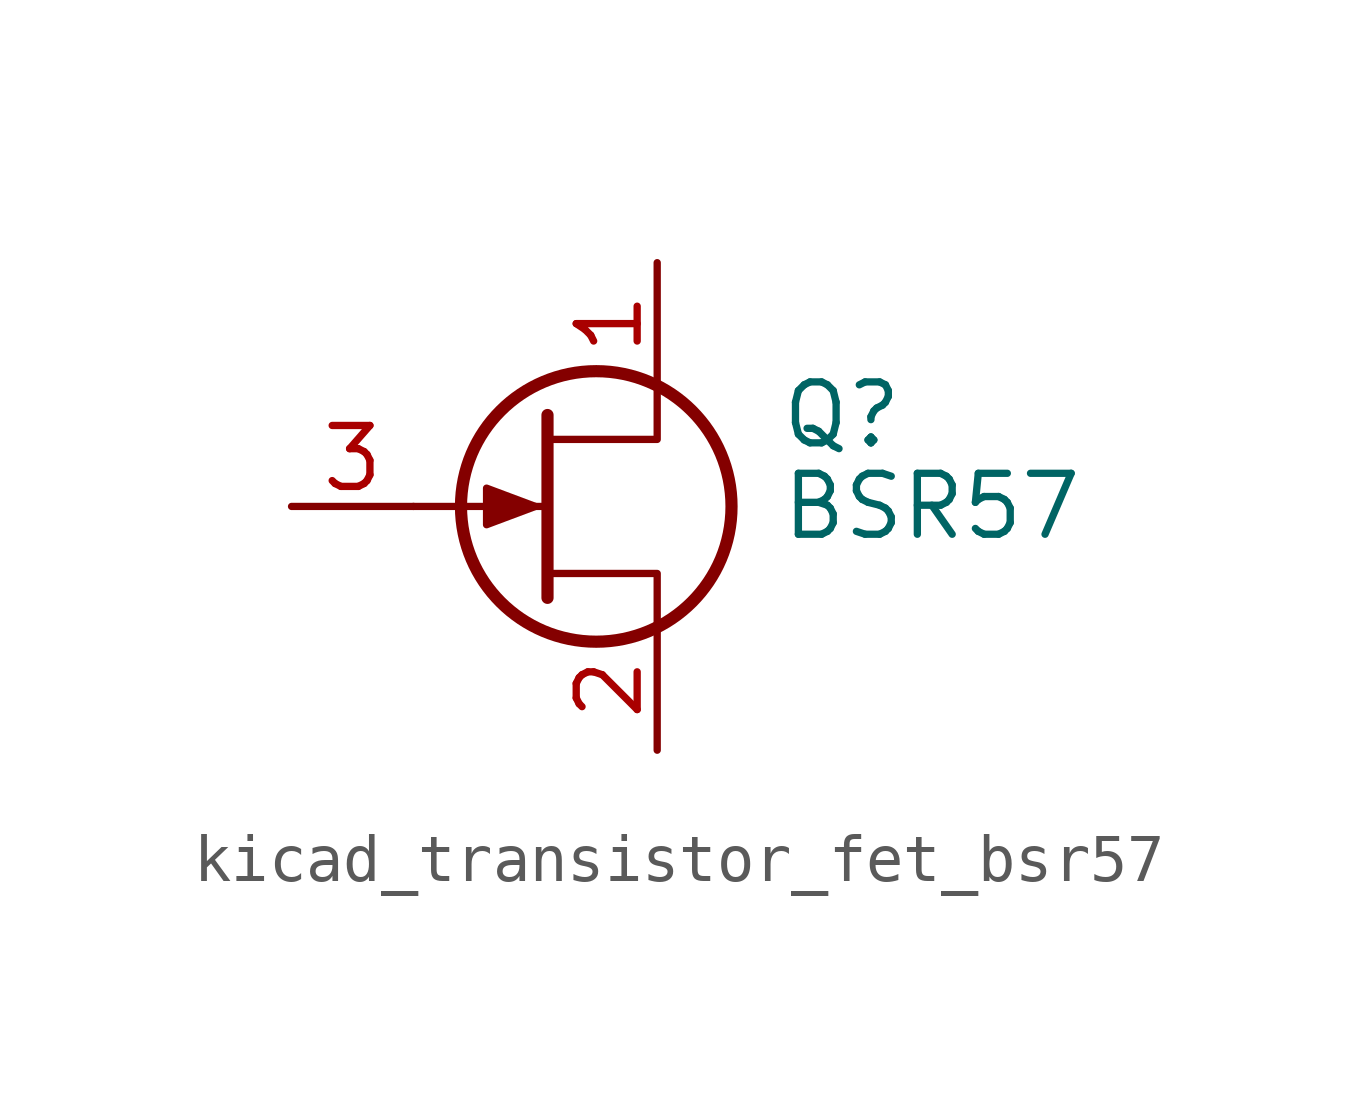
<source format=kicad_sym>
(kicad_symbol_lib
  (version 20220914)
  (generator kicad_symbol_editor)
  (symbol "kicad_transistor_fet_bsr57"
    (pin_names hide)
    (property "Reference" "Q"
      (at 5.08 1.905 0)
      (effects (font (size 1.27 1.27)) (justify left)))
    (property "Value" "BSR57"
      (at 5.08 0 0)
      (effects (font (size 1.27 1.27)) (justify left)))
    (symbol "kicad_transistor_fet_bsr57_0_1"
      (polyline (pts (xy 0.254 0) (xy -2.54 0)) (stroke (width 0) (type default)) (fill (type none)))
      (polyline (pts (xy 0.254 1.905) (xy 0.254 -1.905)) (stroke (width 0.254) (type default)) (fill (type none)))
      (polyline (pts (xy 2.54 -2.54) (xy 2.54 -1.397) (xy 0.254 -1.397)) (stroke (width 0) (type default)) (fill (type none)))
      (polyline (pts (xy 2.54 2.54) (xy 2.54 1.397) (xy 0.254 1.397)) (stroke (width 0) (type default)) (fill (type none)))
      (polyline (pts (xy 0 0) (xy -1.016 0.381) (xy -1.016 -0.381) (xy 0 0)) (stroke (width 0) (type default)) (fill (type outline)))
      (circle (center 1.27 0) (radius 2.819) (stroke (width 0.254) (type default)) (fill (type none))))
    (symbol "kicad_transistor_fet_bsr57_1_1"
      (pin passive line (at 2.54 5.08 270) (length 2.54) (name "D" (effects (font (size 1.27 1.27)))) (number "1" (effects (font (size 1.27 1.27)))))
      (pin passive line (at 2.54 -5.08 90) (length 2.54) (name "S" (effects (font (size 1.27 1.27)))) (number "2" (effects (font (size 1.27 1.27)))))
      (pin input line (at -5.08 0 0) (length 2.54) (name "G" (effects (font (size 1.27 1.27)))) (number "3" (effects (font (size 1.27 1.27))))))))
</source>
